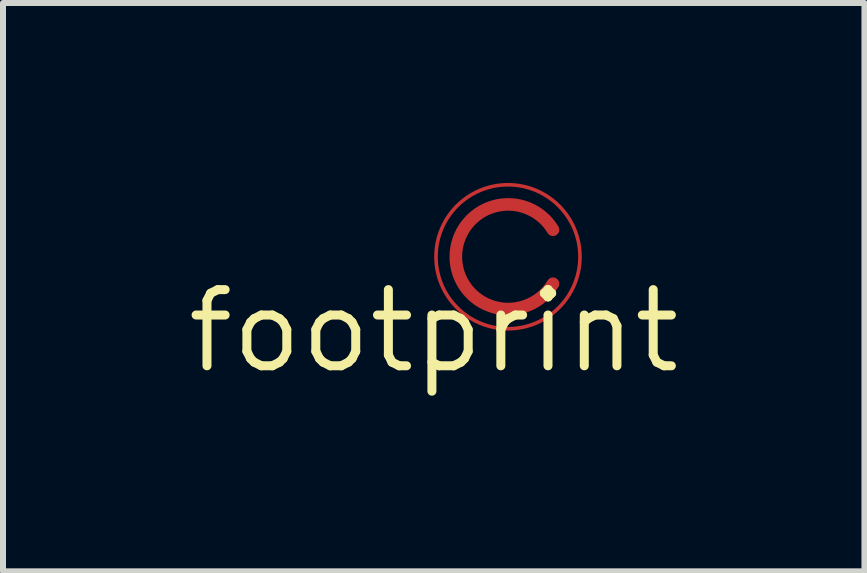
<source format=kicad_pcb>
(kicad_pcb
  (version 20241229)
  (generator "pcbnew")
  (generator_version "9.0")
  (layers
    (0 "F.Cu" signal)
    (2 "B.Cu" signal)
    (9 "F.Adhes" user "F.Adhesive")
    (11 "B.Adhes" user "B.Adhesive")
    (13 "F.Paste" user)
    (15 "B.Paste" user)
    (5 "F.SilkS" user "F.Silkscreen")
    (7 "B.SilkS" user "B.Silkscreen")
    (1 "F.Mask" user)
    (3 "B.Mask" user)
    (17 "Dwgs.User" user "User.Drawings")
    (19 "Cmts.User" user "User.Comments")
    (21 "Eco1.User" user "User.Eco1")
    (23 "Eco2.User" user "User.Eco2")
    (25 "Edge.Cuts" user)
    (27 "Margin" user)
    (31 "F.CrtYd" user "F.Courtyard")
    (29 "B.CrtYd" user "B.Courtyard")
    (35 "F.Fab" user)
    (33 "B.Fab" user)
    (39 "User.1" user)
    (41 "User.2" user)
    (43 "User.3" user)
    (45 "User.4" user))
  (footprint "footprint"
    (layer "F.Cu")
    (at 4.18 2.468)
    (property "Reference" "footprint" (at 0 0 0) (layer "F.SilkS") (effects (font (size 1.27 1.27) (thickness 0.15))))
    (fp_arc (start 1.98825 -0.788249) (mid 0.368209 -1.23825) (end 1.98825 -1.68825) (stroke (width 0.21) (type solid)) (layer "F.Cu"))
    (fp_circle (center 1.238 -1.238) (end 2.438 -1.238) (stroke (width 0.06) (type solid)) (fill no) (layer "F.Cu")))
  (gr_rect
    (start -3 -3)
    (end 11.36 6.474)
    (stroke (width 0.1) (type default))
    (fill no)
    (layer "Edge.Cuts")))
</source>
